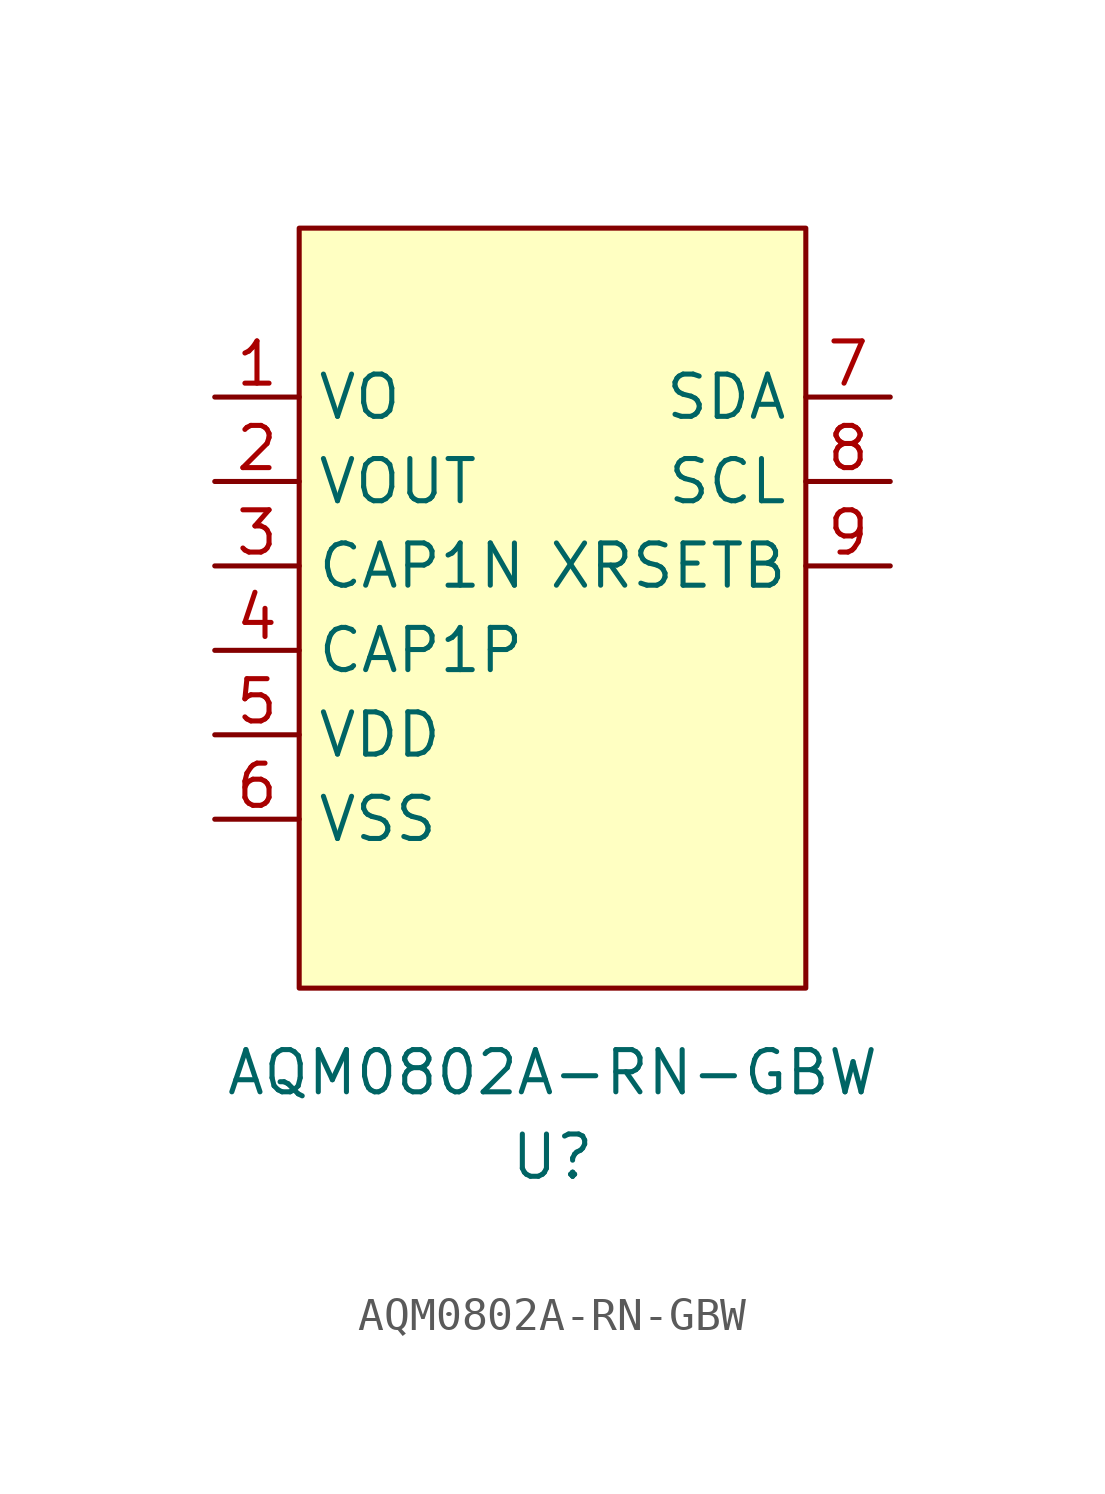
<source format=kicad_sym>
(kicad_symbol_lib
  (version 20211014)
  (generator kicad_symbol_editor)
  (symbol "AQM0802A-RN-GBW"
    (property "Reference" "U"
      (at 0 -16.51 0)
      (effects (font (size 1.27 1.27))))
    (property "Value" "AQM0802A-RN-GBW"
      (at 0 -13.97 0)
      (effects (font (size 1.27 1.27))))
    (symbol "AQM0802A-RN-GBW_0_1"
      (rectangle (start -7.62 11.43) (end 7.62 -11.43) (stroke (width 0) (type default) (color 0 0 0 0)) (fill (type background))))
    (symbol "AQM0802A-RN-GBW_1_1"
      (pin power_out line (at -10.16 6.35 0) (length 2.54) (name "VO" (effects (font (size 1.27 1.27)))) (number "1" (effects (font (size 1.27 1.27)))))
      (pin power_out line (at -10.16 3.81 0) (length 2.54) (name "VOUT" (effects (font (size 1.27 1.27)))) (number "2" (effects (font (size 1.27 1.27)))))
      (pin input line (at -10.16 1.27 0) (length 2.54) (name "CAP1N" (effects (font (size 1.27 1.27)))) (number "3" (effects (font (size 1.27 1.27)))))
      (pin output line (at -10.16 -1.27 0) (length 2.54) (name "CAP1P" (effects (font (size 1.27 1.27)))) (number "4" (effects (font (size 1.27 1.27)))))
      (pin power_in line (at -10.16 -3.81 0) (length 2.54) (name "VDD" (effects (font (size 1.27 1.27)))) (number "5" (effects (font (size 1.27 1.27)))))
      (pin power_in line (at -10.16 -6.35 0) (length 2.54) (name "VSS" (effects (font (size 1.27 1.27)))) (number "6" (effects (font (size 1.27 1.27)))))
      (pin input line (at 10.16 6.35 180) (length 2.54) (name "SDA" (effects (font (size 1.27 1.27)))) (number "7" (effects (font (size 1.27 1.27)))))
      (pin input line (at 10.16 3.81 180) (length 2.54) (name "SCL" (effects (font (size 1.27 1.27)))) (number "8" (effects (font (size 1.27 1.27)))))
      (pin input line (at 10.16 1.27 180) (length 2.54) (name "XRSETB" (effects (font (size 1.27 1.27)))) (number "9" (effects (font (size 1.27 1.27))))))))
</source>
